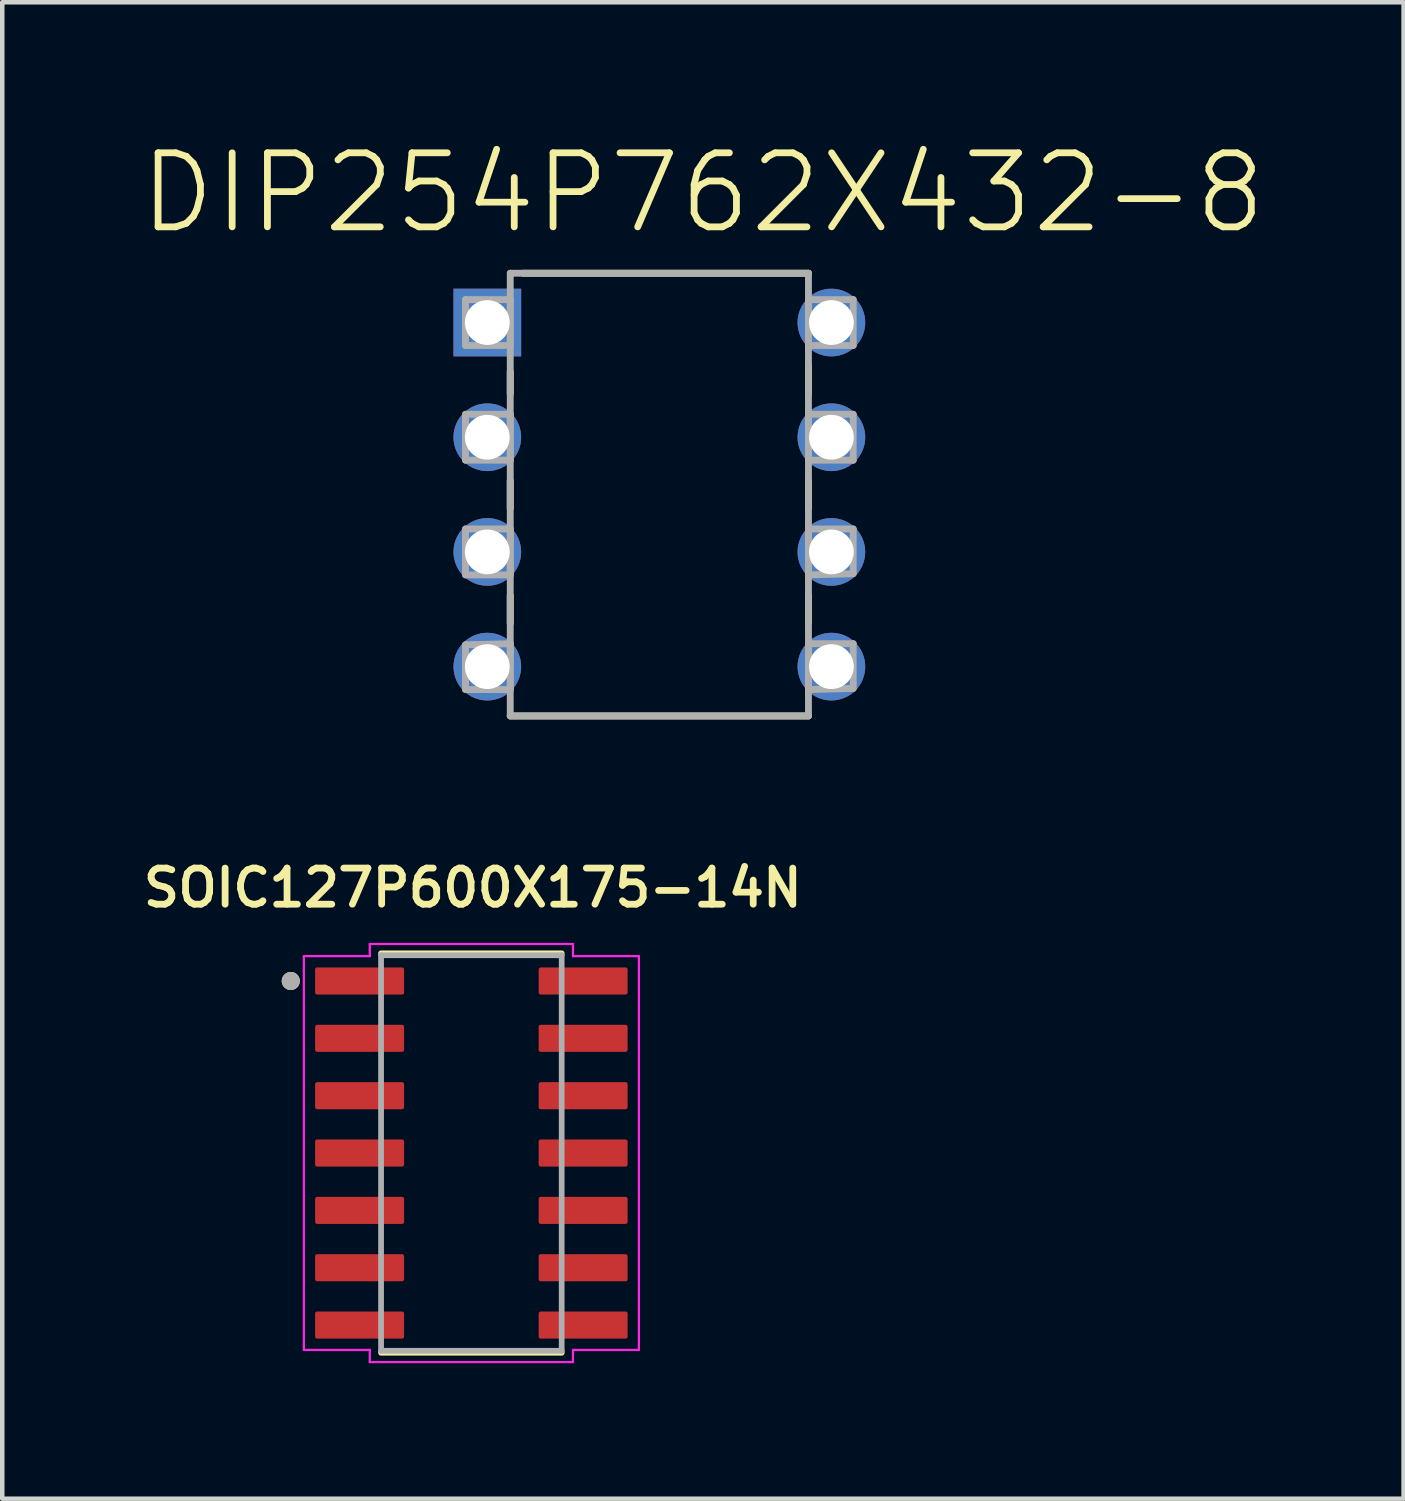
<source format=kicad_pcb>
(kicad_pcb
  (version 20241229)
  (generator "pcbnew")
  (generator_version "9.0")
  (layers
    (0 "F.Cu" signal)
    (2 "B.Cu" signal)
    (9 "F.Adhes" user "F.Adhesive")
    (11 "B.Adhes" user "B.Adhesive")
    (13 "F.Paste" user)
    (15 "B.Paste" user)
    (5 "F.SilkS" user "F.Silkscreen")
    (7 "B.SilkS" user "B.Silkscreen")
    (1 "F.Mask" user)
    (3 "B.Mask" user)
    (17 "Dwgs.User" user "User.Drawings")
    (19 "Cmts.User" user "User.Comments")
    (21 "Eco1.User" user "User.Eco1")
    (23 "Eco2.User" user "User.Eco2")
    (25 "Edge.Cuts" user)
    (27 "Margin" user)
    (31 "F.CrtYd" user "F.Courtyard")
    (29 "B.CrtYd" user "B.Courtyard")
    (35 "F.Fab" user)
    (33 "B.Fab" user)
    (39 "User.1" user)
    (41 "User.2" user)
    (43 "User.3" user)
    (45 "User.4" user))
  (footprint "DIP254P762X432-8"
    (layer "F.Cu")
    (at 15.362 11.713)
    (property "Reference" "DIP254P762X432-8" (at -2.845 -10.49 0) (layer "F.SilkS") (effects (font (size 1.64 1.64) (thickness 0.15))))
    (attr through_hole)
    (fp_line (start -7.112 -6.528) (end -7.112 -6.045) (stroke (width 0.152) (type solid)) (layer "F.SilkS"))
    (fp_line (start -7.112 -4.115) (end -7.112 -3.505) (stroke (width 0.152) (type solid)) (layer "F.SilkS"))
    (fp_line (start -7.112 -1.575) (end -7.112 -0.965) (stroke (width 0.152) (type solid)) (layer "F.SilkS"))
    (fp_line (start -7.112 1.092) (end -0.508 1.092) (stroke (width 0.152) (type solid)) (layer "F.SilkS"))
    (fp_line (start -0.508 -8.712) (end -6.833 -8.712) (stroke (width 0.152) (type solid)) (layer "F.SilkS"))
    (fp_line (start -0.508 -6.045) (end -0.508 -6.655) (stroke (width 0.152) (type solid)) (layer "F.SilkS"))
    (fp_line (start -0.508 -3.505) (end -0.508 -4.115) (stroke (width 0.152) (type solid)) (layer "F.SilkS"))
    (fp_line (start -0.508 -0.965) (end -0.508 -1.575) (stroke (width 0.152) (type solid)) (layer "F.SilkS"))
    (fp_line (start -8.103 -8.128) (end -8.103 -7.112) (stroke (width 0.152) (type solid)) (layer "F.Fab"))
    (fp_line (start -8.103 -7.112) (end -7.112 -7.112) (stroke (width 0.152) (type solid)) (layer "F.Fab"))
    (fp_line (start -8.103 -5.588) (end -8.103 -4.572) (stroke (width 0.152) (type solid)) (layer "F.Fab"))
    (fp_line (start -8.103 -4.572) (end -7.112 -4.572) (stroke (width 0.152) (type solid)) (layer "F.Fab"))
    (fp_line (start -8.103 -3.048) (end -8.103 -2.032) (stroke (width 0.152) (type solid)) (layer "F.Fab"))
    (fp_line (start -8.103 -2.032) (end -7.112 -2.032) (stroke (width 0.152) (type solid)) (layer "F.Fab"))
    (fp_line (start -8.103 -0.483) (end -8.103 0.508) (stroke (width 0.152) (type solid)) (layer "F.Fab"))
    (fp_line (start -8.103 0.508) (end -7.112 0.508) (stroke (width 0.152) (type solid)) (layer "F.Fab"))
    (fp_line (start -7.112 -8.712) (end -7.112 1.092) (stroke (width 0.152) (type solid)) (layer "F.Fab"))
    (fp_line (start -7.112 -8.128) (end -8.103 -8.128) (stroke (width 0.152) (type solid)) (layer "F.Fab"))
    (fp_line (start -7.112 -7.112) (end -7.112 -8.128) (stroke (width 0.152) (type solid)) (layer "F.Fab"))
    (fp_line (start -7.112 -5.588) (end -8.103 -5.588) (stroke (width 0.152) (type solid)) (layer "F.Fab"))
    (fp_line (start -7.112 -4.572) (end -7.112 -5.588) (stroke (width 0.152) (type solid)) (layer "F.Fab"))
    (fp_line (start -7.112 -3.048) (end -8.103 -3.048) (stroke (width 0.152) (type solid)) (layer "F.Fab"))
    (fp_line (start -7.112 -2.032) (end -7.112 -3.048) (stroke (width 0.152) (type solid)) (layer "F.Fab"))
    (fp_line (start -7.112 -0.508) (end -8.103 -0.483) (stroke (width 0.152) (type solid)) (layer "F.Fab"))
    (fp_line (start -7.112 0.508) (end -7.112 -0.508) (stroke (width 0.152) (type solid)) (layer "F.Fab"))
    (fp_line (start -7.112 1.092) (end -0.508 1.092) (stroke (width 0.152) (type solid)) (layer "F.Fab"))
    (fp_line (start -0.508 -8.712) (end -7.112 -8.712) (stroke (width 0.152) (type solid)) (layer "F.Fab"))
    (fp_line (start -0.508 -8.128) (end -0.508 -7.112) (stroke (width 0.152) (type solid)) (layer "F.Fab"))
    (fp_line (start -0.508 -7.112) (end 0.483 -7.112) (stroke (width 0.152) (type solid)) (layer "F.Fab"))
    (fp_line (start -0.508 -5.588) (end -0.508 -4.572) (stroke (width 0.152) (type solid)) (layer "F.Fab"))
    (fp_line (start -0.508 -4.572) (end 0.483 -4.572) (stroke (width 0.152) (type solid)) (layer "F.Fab"))
    (fp_line (start -0.508 -3.048) (end -0.508 -2.032) (stroke (width 0.152) (type solid)) (layer "F.Fab"))
    (fp_line (start -0.508 -2.032) (end 0.483 -2.057) (stroke (width 0.152) (type solid)) (layer "F.Fab"))
    (fp_line (start -0.508 -0.508) (end -0.508 0.508) (stroke (width 0.152) (type solid)) (layer "F.Fab"))
    (fp_line (start -0.508 0.508) (end 0.483 0.483) (stroke (width 0.152) (type solid)) (layer "F.Fab"))
    (fp_line (start -0.508 1.092) (end -0.508 -8.712) (stroke (width 0.152) (type solid)) (layer "F.Fab"))
    (fp_line (start 0.483 -8.128) (end -0.508 -8.128) (stroke (width 0.152) (type solid)) (layer "F.Fab"))
    (fp_line (start 0.483 -7.112) (end 0.483 -8.128) (stroke (width 0.152) (type solid)) (layer "F.Fab"))
    (fp_line (start 0.483 -5.588) (end -0.508 -5.588) (stroke (width 0.152) (type solid)) (layer "F.Fab"))
    (fp_line (start 0.483 -4.572) (end 0.483 -5.588) (stroke (width 0.152) (type solid)) (layer "F.Fab"))
    (fp_line (start 0.483 -3.048) (end -0.508 -3.048) (stroke (width 0.152) (type solid)) (layer "F.Fab"))
    (fp_line (start 0.483 -2.057) (end 0.483 -3.048) (stroke (width 0.152) (type solid)) (layer "F.Fab"))
    (fp_line (start 0.483 -0.508) (end -0.508 -0.508) (stroke (width 0.152) (type solid)) (layer "F.Fab"))
    (fp_line (start 0.483 0.483) (end 0.483 -0.508) (stroke (width 0.152) (type solid)) (layer "F.Fab"))
    (pad "1" thru_hole rect (at -7.62 -7.62) (size 1.499 1.499) (drill 0.991) (layers "*.Cu" "*.Mask"))
    (pad "2" thru_hole circle (at -7.62 -5.08) (size 1.499 1.499) (drill 0.991) (layers "*.Cu" "*.Mask"))
    (pad "3" thru_hole circle (at -7.62 -2.54) (size 1.499 1.499) (drill 0.991) (layers "*.Cu" "*.Mask"))
    (pad "4" thru_hole circle (at -7.62 0) (size 1.499 1.499) (drill 0.991) (layers "*.Cu" "*.Mask"))
    (pad "5" thru_hole circle (at 0 0) (size 1.499 1.499) (drill 0.991) (layers "*.Cu" "*.Mask"))
    (pad "6" thru_hole circle (at 0 -2.54) (size 1.499 1.499) (drill 0.991) (layers "*.Cu" "*.Mask"))
    (pad "7" thru_hole circle (at 0 -5.08) (size 1.499 1.499) (drill 0.991) (layers "*.Cu" "*.Mask"))
    (pad "8" thru_hole circle (at 0 -7.62) (size 1.499 1.499) (drill 0.991) (layers "*.Cu" "*.Mask")))
  (footprint "SOIC127P600X175-14N"
    (layer "F.Cu")
    (at 7.389 22.485)
    (property "Reference" "SOIC127P600X175-14N" (at 0.032 -5.873 0) (layer "F.SilkS") (effects (font (size 0.8 0.8) (thickness 0.15))))
    (attr smd)
    (fp_line (start 2 -4.423) (end -2 -4.423) (stroke (width 0.127) (type solid)) (layer "F.SilkS"))
    (fp_line (start 2 4.423) (end -2 4.423) (stroke (width 0.127) (type solid)) (layer "F.SilkS"))
    (fp_circle (center -4 -3.81) (end -3.9 -3.81) (stroke (width 0.2) (type solid)) (fill no) (layer "F.SilkS"))
    (fp_line (start -3.71 -4.36) (end -2.25 -4.36) (stroke (width 0.05) (type solid)) (layer "F.CrtYd"))
    (fp_line (start -3.71 4.36) (end -3.71 -4.36) (stroke (width 0.05) (type solid)) (layer "F.CrtYd"))
    (fp_line (start -3.71 4.36) (end -2.25 4.36) (stroke (width 0.05) (type solid)) (layer "F.CrtYd"))
    (fp_line (start -2.25 -4.36) (end -2.25 -4.63) (stroke (width 0.05) (type solid)) (layer "F.CrtYd"))
    (fp_line (start -2.25 4.36) (end -2.25 4.63) (stroke (width 0.05) (type solid)) (layer "F.CrtYd"))
    (fp_line (start 2.25 -4.63) (end -2.25 -4.63) (stroke (width 0.05) (type solid)) (layer "F.CrtYd"))
    (fp_line (start 2.25 -4.63) (end 2.25 -4.36) (stroke (width 0.05) (type solid)) (layer "F.CrtYd"))
    (fp_line (start 2.25 4.36) (end 2.25 4.63) (stroke (width 0.05) (type solid)) (layer "F.CrtYd"))
    (fp_line (start 2.25 4.63) (end -2.25 4.63) (stroke (width 0.05) (type solid)) (layer "F.CrtYd"))
    (fp_line (start 3.71 -4.36) (end 2.25 -4.36) (stroke (width 0.05) (type solid)) (layer "F.CrtYd"))
    (fp_line (start 3.71 -4.36) (end 3.71 4.36) (stroke (width 0.05) (type solid)) (layer "F.CrtYd"))
    (fp_line (start 3.71 4.36) (end 2.25 4.36) (stroke (width 0.05) (type solid)) (layer "F.CrtYd"))
    (fp_line (start -2 -4.38) (end 2 -4.38) (stroke (width 0.127) (type solid)) (layer "F.Fab"))
    (fp_line (start -2 4.38) (end -2 -4.38) (stroke (width 0.127) (type solid)) (layer "F.Fab"))
    (fp_line (start 2 -4.38) (end 2 4.38) (stroke (width 0.127) (type solid)) (layer "F.Fab"))
    (fp_line (start 2 4.38) (end -2 4.38) (stroke (width 0.127) (type solid)) (layer "F.Fab"))
    (fp_circle (center -4 -3.81) (end -3.9 -3.81) (stroke (width 0.2) (type solid)) (fill no) (layer "F.Fab"))
    (pad "1" smd roundrect (at -2.475 -3.81) (size 1.97 0.6) (layers "F.Cu" "F.Mask" "F.Paste") (roundrect_rratio 0.075))
    (pad "2" smd roundrect (at -2.475 -2.54) (size 1.97 0.6) (layers "F.Cu" "F.Mask" "F.Paste") (roundrect_rratio 0.075))
    (pad "3" smd roundrect (at -2.475 -1.27) (size 1.97 0.6) (layers "F.Cu" "F.Mask" "F.Paste") (roundrect_rratio 0.075))
    (pad "4" smd roundrect (at -2.475 0) (size 1.97 0.6) (layers "F.Cu" "F.Mask" "F.Paste") (roundrect_rratio 0.075))
    (pad "5" smd roundrect (at -2.475 1.27) (size 1.97 0.6) (layers "F.Cu" "F.Mask" "F.Paste") (roundrect_rratio 0.075))
    (pad "6" smd roundrect (at -2.475 2.54) (size 1.97 0.6) (layers "F.Cu" "F.Mask" "F.Paste") (roundrect_rratio 0.075))
    (pad "7" smd roundrect (at -2.475 3.81) (size 1.97 0.6) (layers "F.Cu" "F.Mask" "F.Paste") (roundrect_rratio 0.075))
    (pad "8" smd roundrect (at 2.475 3.81) (size 1.97 0.6) (layers "F.Cu" "F.Mask" "F.Paste") (roundrect_rratio 0.075))
    (pad "9" smd roundrect (at 2.475 2.54) (size 1.97 0.6) (layers "F.Cu" "F.Mask" "F.Paste") (roundrect_rratio 0.075))
    (pad "10" smd roundrect (at 2.475 1.27) (size 1.97 0.6) (layers "F.Cu" "F.Mask" "F.Paste") (roundrect_rratio 0.075))
    (pad "11" smd roundrect (at 2.475 0) (size 1.97 0.6) (layers "F.Cu" "F.Mask" "F.Paste") (roundrect_rratio 0.075))
    (pad "12" smd roundrect (at 2.475 -1.27) (size 1.97 0.6) (layers "F.Cu" "F.Mask" "F.Paste") (roundrect_rratio 0.075))
    (pad "13" smd roundrect (at 2.475 -2.54) (size 1.97 0.6) (layers "F.Cu" "F.Mask" "F.Paste") (roundrect_rratio 0.075))
    (pad "14" smd roundrect (at 2.475 -3.81) (size 1.97 0.6) (layers "F.Cu" "F.Mask" "F.Paste") (roundrect_rratio 0.075)))
  (gr_rect
    (start -3 -3)
    (end 28.034 30.14)
    (stroke (width 0.1) (type default))
    (fill no)
    (layer "Edge.Cuts")))
</source>
